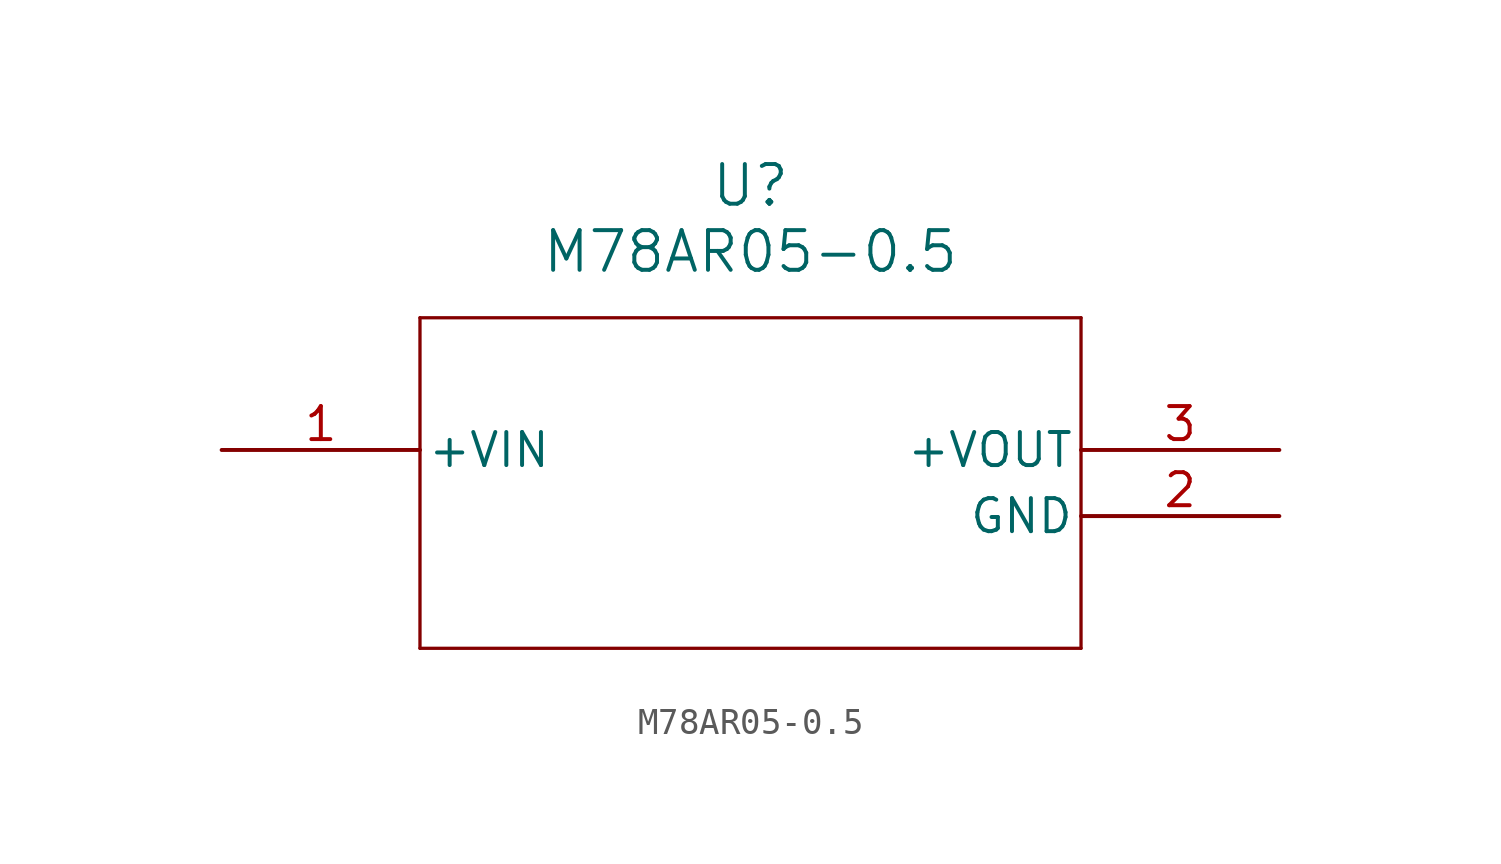
<source format=kicad_sym>
(kicad_symbol_lib
  (version 20211014)
  (generator kicad_symbol_editor)
  (symbol "M78AR05-0.5"
    (pin_names
      (offset 0.254))
    (property "Reference" "U"
      (at 20.32 10.16 0)
      (effects (font (size 1.524 1.524))))
    (property "Value" "M78AR05-0.5"
      (at 20.32 7.62 0)
      (effects (font (size 1.524 1.524))))
    (symbol "M78AR05-0.5_0_1"
      (polyline (pts (xy 7.62 5.08) (xy 7.62 -7.62)) (stroke (width 0.127) (type default) (color 0 0 0 0)) (fill (type none)))
      (polyline (pts (xy 7.62 -7.62) (xy 33.02 -7.62)) (stroke (width 0.127) (type default) (color 0 0 0 0)) (fill (type none)))
      (polyline (pts (xy 33.02 -7.62) (xy 33.02 5.08)) (stroke (width 0.127) (type default) (color 0 0 0 0)) (fill (type none)))
      (polyline (pts (xy 33.02 5.08) (xy 7.62 5.08)) (stroke (width 0.127) (type default) (color 0 0 0 0)) (fill (type none)))
      (pin power_in line (at 0 0 0) (length 7.62) (name "+VIN" (effects (font (size 1.27 1.27)))) (number "1" (effects (font (size 1.27 1.27)))))
      (pin power_out line (at 40.64 -2.54 180) (length 7.62) (name "GND" (effects (font (size 1.27 1.27)))) (number "2" (effects (font (size 1.27 1.27)))))
      (pin output line (at 40.64 0 180) (length 7.62) (name "+VOUT" (effects (font (size 1.27 1.27)))) (number "3" (effects (font (size 1.27 1.27))))))))
</source>
